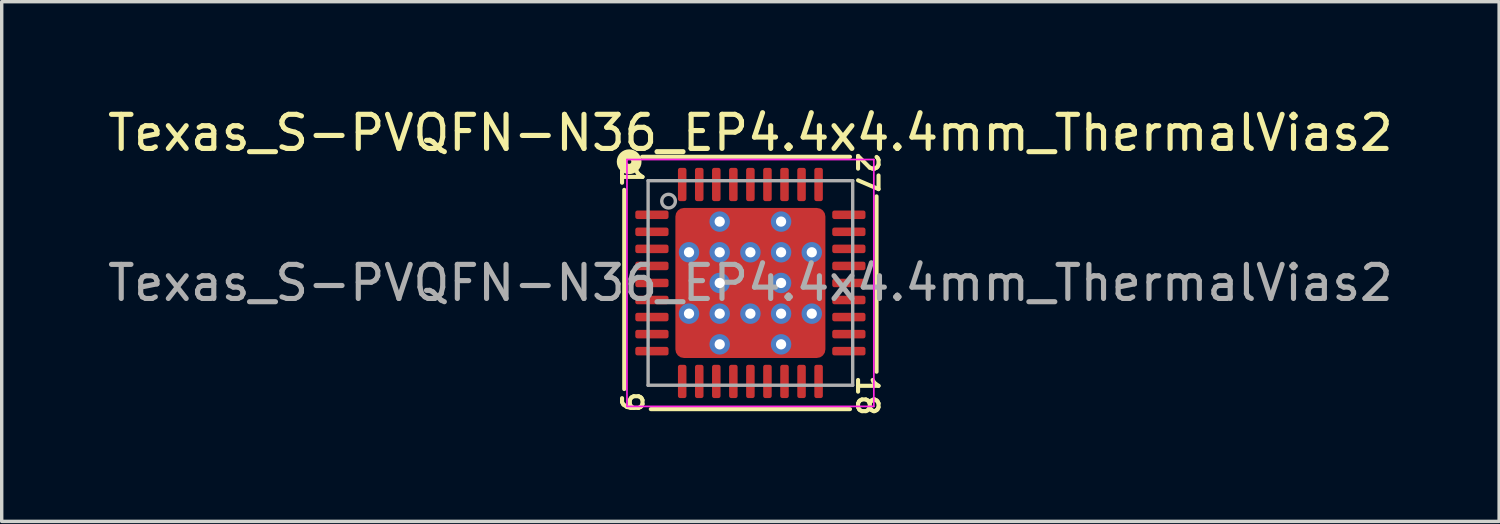
<source format=kicad_pcb>
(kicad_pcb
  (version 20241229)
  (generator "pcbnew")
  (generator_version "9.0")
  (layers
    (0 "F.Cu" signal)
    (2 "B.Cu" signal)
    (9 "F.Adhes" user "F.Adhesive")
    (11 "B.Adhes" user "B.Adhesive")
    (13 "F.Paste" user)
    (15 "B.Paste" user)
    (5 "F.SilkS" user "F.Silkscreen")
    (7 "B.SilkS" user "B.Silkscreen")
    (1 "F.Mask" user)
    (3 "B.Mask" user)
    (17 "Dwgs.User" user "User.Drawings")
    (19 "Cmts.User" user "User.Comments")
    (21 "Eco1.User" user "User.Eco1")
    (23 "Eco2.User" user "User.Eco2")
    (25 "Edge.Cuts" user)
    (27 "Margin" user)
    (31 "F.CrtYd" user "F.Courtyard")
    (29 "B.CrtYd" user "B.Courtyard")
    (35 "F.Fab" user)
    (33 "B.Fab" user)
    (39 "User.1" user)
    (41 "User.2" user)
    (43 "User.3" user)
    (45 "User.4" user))
  (footprint "Texas_S-PVQFN-N36_EP4.4x4.4mm_ThermalVias2"
    (layer "F.Cu")
    (at 18.958 5.249)
    (property "Reference" "Texas_S-PVQFN-N36_EP4.4x4.4mm_ThermalVias2" (at 0 -4.401 0) (layer "F.SilkS") (effects (font (size 1 1) (thickness 0.15))))
    (attr smd)
    (fp_line (start -3.7 -2.731) (end -3.7 3.111) (stroke (width 0.12) (type solid)) (layer "F.SilkS"))
    (fp_line (start -2.921 3.7) (end 2.921 3.7) (stroke (width 0.12) (type solid)) (layer "F.SilkS"))
    (fp_line (start 2.921 -3.7) (end -3.175 -3.7) (stroke (width 0.12) (type solid)) (layer "F.SilkS"))
    (fp_line (start 3.7 2.603) (end 3.7 -2.54) (stroke (width 0.12) (type solid)) (layer "F.SilkS"))
    (fp_circle (center -3.556 -3.556) (end -3.493 -3.556) (stroke (width 0.3) (type solid)) (fill no) (layer "F.SilkS"))
    (fp_line (start -3.62 -3.62) (end -3.62 3.62) (stroke (width 0.05) (type solid)) (layer "F.CrtYd"))
    (fp_line (start -3.62 3.62) (end 3.62 3.62) (stroke (width 0.05) (type solid)) (layer "F.CrtYd"))
    (fp_line (start 3.62 -3.62) (end -3.62 -3.62) (stroke (width 0.05) (type solid)) (layer "F.CrtYd"))
    (fp_line (start 3.62 3.62) (end 3.62 -3.62) (stroke (width 0.05) (type solid)) (layer "F.CrtYd"))
    (fp_line (start -3 -3) (end 3 -3) (stroke (width 0.1) (type solid)) (layer "F.Fab"))
    (fp_line (start -3 3) (end -3 -3) (stroke (width 0.1) (type solid)) (layer "F.Fab"))
    (fp_line (start 3 -3) (end 3 3) (stroke (width 0.1) (type solid)) (layer "F.Fab"))
    (fp_line (start 3 3) (end -3 3) (stroke (width 0.1) (type solid)) (layer "F.Fab"))
    (fp_circle (center -2.4 -2.4) (end -2.2 -2.4) (stroke (width 0.1) (type solid)) (fill no) (layer "F.Fab"))
    (fp_text user "9" (at -3.493 3.493 270) (unlocked yes) (layer "F.SilkS") (effects (font (size 0.6 0.6) (thickness 0.12))))
    (fp_text user "27" (at 3.429 -3.239 270) (unlocked yes) (layer "F.SilkS") (effects (font (size 0.6 0.6) (thickness 0.12))))
    (fp_text user "1" (at -3.493 -3.111 270) (unlocked yes) (layer "F.SilkS") (effects (font (size 0.6 0.6) (thickness 0.12))))
    (fp_text user "18" (at 3.429 3.302 270) (unlocked yes) (layer "F.SilkS") (effects (font (size 0.6 0.6) (thickness 0.12))))
    (fp_text user "${REFERENCE}" (at 0 0 0) (layer "F.Fab") (effects (font (size 1 1) (thickness 0.15))))
    (pad "" smd roundrect (at -1.65 -1.65) (size 0.6 0.6) (layers "F.Paste") (roundrect_rratio 0.25))
    (pad "" smd roundrect (at -1.65 -1.65 270) (size 0.9 0.9) (layers "F.Mask") (roundrect_rratio 0.25))
    (pad "" smd roundrect (at -1.65 0) (size 0.6 0.9) (layers "F.Paste") (roundrect_rratio 0.25))
    (pad "" smd roundrect (at -1.65 0 270) (size 1.2 0.9) (layers "F.Mask") (roundrect_rratio 0.25))
    (pad "" smd roundrect (at -1.65 1.65) (size 0.6 0.6) (layers "F.Paste") (roundrect_rratio 0.25))
    (pad "" smd roundrect (at -1.65 1.65 270) (size 0.9 0.9) (layers "F.Mask") (roundrect_rratio 0.25))
    (pad "" smd roundrect (at 0 -1.65) (size 0.9 0.6) (layers "F.Paste") (roundrect_rratio 0.25))
    (pad "" smd roundrect (at 0 -1.65 270) (size 0.9 1.2) (layers "F.Mask") (roundrect_rratio 0.25))
    (pad "" smd roundrect (at 0 0) (size 0.8 0.8) (layers "F.Paste") (roundrect_rratio 0.25))
    (pad "" smd roundrect (at 0 0 270) (size 1.2 1.2) (layers "F.Mask") (roundrect_rratio 0.208))
    (pad "" smd roundrect (at 0 1.65) (size 0.9 0.6) (layers "F.Paste") (roundrect_rratio 0.25))
    (pad "" smd roundrect (at 0 1.65 270) (size 0.9 1.2) (layers "F.Mask") (roundrect_rratio 0.25))
    (pad "" smd roundrect (at 1.65 -1.65) (size 0.6 0.6) (layers "F.Paste") (roundrect_rratio 0.25))
    (pad "" smd roundrect (at 1.65 -1.65 270) (size 0.9 0.9) (layers "F.Mask") (roundrect_rratio 0.25))
    (pad "" smd roundrect (at 1.65 0) (size 0.6 0.9) (layers "F.Paste") (roundrect_rratio 0.25))
    (pad "" smd roundrect (at 1.65 0 270) (size 1.2 0.9) (layers "F.Mask") (roundrect_rratio 0.25))
    (pad "" smd roundrect (at 1.65 1.65) (size 0.6 0.6) (layers "F.Paste") (roundrect_rratio 0.25))
    (pad "" smd roundrect (at 1.65 1.65 270) (size 0.9 0.9) (layers "F.Mask") (roundrect_rratio 0.25))
    (pad "1" smd roundrect (at -2.888 -2) (size 0.975 0.25) (layers "F.Cu" "F.Mask" "F.Paste") (roundrect_rratio 0.25))
    (pad "2" smd roundrect (at -2.888 -1.5) (size 0.975 0.25) (layers "F.Cu" "F.Mask" "F.Paste") (roundrect_rratio 0.25))
    (pad "3" smd roundrect (at -2.888 -1) (size 0.975 0.25) (layers "F.Cu" "F.Mask" "F.Paste") (roundrect_rratio 0.25))
    (pad "4" smd roundrect (at -2.888 -0.5) (size 0.975 0.25) (layers "F.Cu" "F.Mask" "F.Paste") (roundrect_rratio 0.25))
    (pad "5" smd roundrect (at -2.888 0) (size 0.975 0.25) (layers "F.Cu" "F.Mask" "F.Paste") (roundrect_rratio 0.25))
    (pad "6" smd roundrect (at -2.888 0.5) (size 0.975 0.25) (layers "F.Cu" "F.Mask" "F.Paste") (roundrect_rratio 0.25))
    (pad "7" smd roundrect (at -2.888 1) (size 0.975 0.25) (layers "F.Cu" "F.Mask" "F.Paste") (roundrect_rratio 0.25))
    (pad "8" smd roundrect (at -2.888 1.5) (size 0.975 0.25) (layers "F.Cu" "F.Mask" "F.Paste") (roundrect_rratio 0.25))
    (pad "9" smd roundrect (at -2.888 2) (size 0.975 0.25) (layers "F.Cu" "F.Mask" "F.Paste") (roundrect_rratio 0.25))
    (pad "10" smd roundrect (at -2 2.888) (size 0.25 0.975) (layers "F.Cu" "F.Mask" "F.Paste") (roundrect_rratio 0.25))
    (pad "11" smd roundrect (at -1.5 2.888) (size 0.25 0.975) (layers "F.Cu" "F.Mask" "F.Paste") (roundrect_rratio 0.25))
    (pad "12" smd roundrect (at -1 2.888) (size 0.25 0.975) (layers "F.Cu" "F.Mask" "F.Paste") (roundrect_rratio 0.25))
    (pad "13" smd roundrect (at -0.5 2.888) (size 0.25 0.975) (layers "F.Cu" "F.Mask" "F.Paste") (roundrect_rratio 0.25))
    (pad "14" smd roundrect (at 0 2.888) (size 0.25 0.975) (layers "F.Cu" "F.Mask" "F.Paste") (roundrect_rratio 0.25))
    (pad "15" smd roundrect (at 0.5 2.888) (size 0.25 0.975) (layers "F.Cu" "F.Mask" "F.Paste") (roundrect_rratio 0.25))
    (pad "16" smd roundrect (at 1 2.888) (size 0.25 0.975) (layers "F.Cu" "F.Mask" "F.Paste") (roundrect_rratio 0.25))
    (pad "17" smd roundrect (at 1.5 2.888) (size 0.25 0.975) (layers "F.Cu" "F.Mask" "F.Paste") (roundrect_rratio 0.25))
    (pad "18" smd roundrect (at 2 2.888) (size 0.25 0.975) (layers "F.Cu" "F.Mask" "F.Paste") (roundrect_rratio 0.25))
    (pad "19" smd roundrect (at 2.888 2) (size 0.975 0.25) (layers "F.Cu" "F.Mask" "F.Paste") (roundrect_rratio 0.25))
    (pad "20" smd roundrect (at 2.888 1.5) (size 0.975 0.25) (layers "F.Cu" "F.Mask" "F.Paste") (roundrect_rratio 0.25))
    (pad "21" smd roundrect (at 2.888 1) (size 0.975 0.25) (layers "F.Cu" "F.Mask" "F.Paste") (roundrect_rratio 0.25))
    (pad "22" smd roundrect (at 2.888 0.5) (size 0.975 0.25) (layers "F.Cu" "F.Mask" "F.Paste") (roundrect_rratio 0.25))
    (pad "23" smd roundrect (at 2.888 0) (size 0.975 0.25) (layers "F.Cu" "F.Mask" "F.Paste") (roundrect_rratio 0.25))
    (pad "24" smd roundrect (at 2.888 -0.5) (size 0.975 0.25) (layers "F.Cu" "F.Mask" "F.Paste") (roundrect_rratio 0.25))
    (pad "25" smd roundrect (at 2.888 -1) (size 0.975 0.25) (layers "F.Cu" "F.Mask" "F.Paste") (roundrect_rratio 0.25))
    (pad "26" smd roundrect (at 2.888 -1.5) (size 0.975 0.25) (layers "F.Cu" "F.Mask" "F.Paste") (roundrect_rratio 0.25))
    (pad "27" smd roundrect (at 2.888 -2) (size 0.975 0.25) (layers "F.Cu" "F.Mask" "F.Paste") (roundrect_rratio 0.25))
    (pad "28" smd roundrect (at 2 -2.888) (size 0.25 0.975) (layers "F.Cu" "F.Mask" "F.Paste") (roundrect_rratio 0.25))
    (pad "29" smd roundrect (at 1.5 -2.888) (size 0.25 0.975) (layers "F.Cu" "F.Mask" "F.Paste") (roundrect_rratio 0.25))
    (pad "30" smd roundrect (at 1 -2.888) (size 0.25 0.975) (layers "F.Cu" "F.Mask" "F.Paste") (roundrect_rratio 0.25))
    (pad "31" smd roundrect (at 0.5 -2.888) (size 0.25 0.975) (layers "F.Cu" "F.Mask" "F.Paste") (roundrect_rratio 0.25))
    (pad "32" smd roundrect (at 0 -2.888) (size 0.25 0.975) (layers "F.Cu" "F.Mask" "F.Paste") (roundrect_rratio 0.25))
    (pad "33" smd roundrect (at -0.5 -2.888) (size 0.25 0.975) (layers "F.Cu" "F.Mask" "F.Paste") (roundrect_rratio 0.25))
    (pad "34" smd roundrect (at -1 -2.888) (size 0.25 0.975) (layers "F.Cu" "F.Mask" "F.Paste") (roundrect_rratio 0.25))
    (pad "35" smd roundrect (at -1.5 -2.888) (size 0.25 0.975) (layers "F.Cu" "F.Mask" "F.Paste") (roundrect_rratio 0.25))
    (pad "36" smd roundrect (at -2 -2.888) (size 0.25 0.975) (layers "F.Cu" "F.Mask" "F.Paste") (roundrect_rratio 0.25))
    (pad "37" thru_hole circle (at -1.8 -0.9 180) (size 0.6 0.6) (drill 0.3) (property pad_prop_heatsink) (layers "*.Cu" "*.Mask"))
    (pad "37" thru_hole circle (at -1.8 0.9 180) (size 0.6 0.6) (drill 0.3) (property pad_prop_heatsink) (layers "*.Cu" "*.Mask"))
    (pad "37" thru_hole circle (at -0.9 -1.8 180) (size 0.6 0.6) (drill 0.3) (property pad_prop_heatsink) (layers "*.Cu" "*.Mask"))
    (pad "37" thru_hole circle (at -0.9 -0.9 180) (size 0.6 0.6) (drill 0.3) (property pad_prop_heatsink) (layers "*.Cu" "*.Mask"))
    (pad "37" thru_hole circle (at -0.9 0 180) (size 0.6 0.6) (drill 0.3) (property pad_prop_heatsink) (layers "*.Cu" "*.Mask"))
    (pad "37" thru_hole circle (at -0.9 0.9 180) (size 0.6 0.6) (drill 0.3) (property pad_prop_heatsink) (layers "*.Cu" "*.Mask"))
    (pad "37" thru_hole circle (at -0.9 1.8 180) (size 0.6 0.6) (drill 0.3) (property pad_prop_heatsink) (layers "*.Cu" "*.Mask"))
    (pad "37" thru_hole circle (at 0 -0.9 180) (size 0.6 0.6) (drill 0.3) (property pad_prop_heatsink) (layers "*.Cu" "*.Mask"))
    (pad "37" smd roundrect (at 0 0) (size 4.4 4.4) (layers "F.Cu") (roundrect_rratio 0.057))
    (pad "37" thru_hole circle (at 0 0.9 180) (size 0.6 0.6) (drill 0.3) (property pad_prop_heatsink) (layers "*.Cu" "*.Mask"))
    (pad "37" thru_hole circle (at 0.9 -1.8 180) (size 0.6 0.6) (drill 0.3) (property pad_prop_heatsink) (layers "*.Cu" "*.Mask"))
    (pad "37" thru_hole circle (at 0.9 -0.9 180) (size 0.6 0.6) (drill 0.3) (property pad_prop_heatsink) (layers "*.Cu" "*.Mask"))
    (pad "37" thru_hole circle (at 0.9 0 180) (size 0.6 0.6) (drill 0.3) (property pad_prop_heatsink) (layers "*.Cu" "*.Mask"))
    (pad "37" thru_hole circle (at 0.9 0.9 180) (size 0.6 0.6) (drill 0.3) (property pad_prop_heatsink) (layers "*.Cu" "*.Mask"))
    (pad "37" thru_hole circle (at 0.9 1.8 180) (size 0.6 0.6) (drill 0.3) (property pad_prop_heatsink) (layers "*.Cu" "*.Mask"))
    (pad "37" thru_hole circle (at 1.8 -0.9 180) (size 0.6 0.6) (drill 0.3) (property pad_prop_heatsink) (layers "*.Cu" "*.Mask"))
    (pad "37" thru_hole circle (at 1.8 0.9 180) (size 0.6 0.6) (drill 0.3) (property pad_prop_heatsink) (layers "*.Cu" "*.Mask")))
  (gr_rect
    (start -3 -3)
    (end 40.917 12.242)
    (stroke (width 0.1) (type default))
    (fill no)
    (layer "Edge.Cuts")))
</source>
